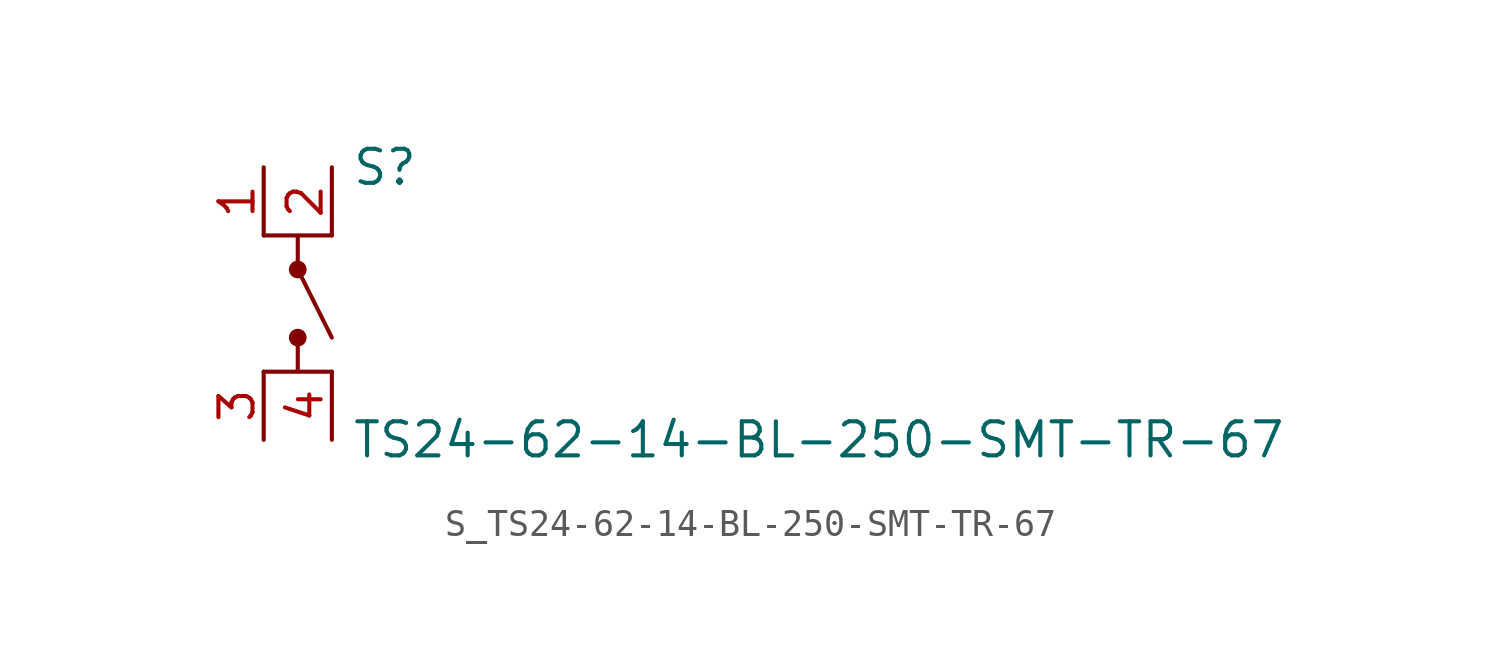
<source format=kicad_sym>
(kicad_symbol_lib
  (version 20231120)
  (generator kicad_symbol_editor)
  (generator_version 8.0)
  (symbol "S_TS24-62-14-BL-250-SMT-TR-67"
    (pin_names
      (offset 0.254))
    (property "Reference" "S"
      (at 2 5.08 0)
      (effects (font (size 1.27 1.27)) (justify left)))
    (property "Value" "TS24-62-14-BL-250-SMT-TR-67"
      (at 2 -5.08 0)
      (effects (font (size 1.27 1.27)) (justify left)))
    (symbol "S_TS24-62-14-BL-250-SMT-TR-67_0_0"
      (pin passive line (at -1.27 5.08 270) (length 2.54) (name "" (effects (font (size 1.27 1.27)))) (number "1" (effects (font (size 1.27 1.27)))))
      (pin passive line (at 1.27 5.08 270) (length 2.54) (name "" (effects (font (size 1.27 1.27)))) (number "2" (effects (font (size 1.27 1.27)))))
      (pin passive line (at -1.27 -5.08 90) (length 2.54) (name "" (effects (font (size 1.27 1.27)))) (number "3" (effects (font (size 1.27 1.27)))))
      (pin passive line (at 1.27 -5.08 90) (length 2.54) (name "" (effects (font (size 1.27 1.27)))) (number "4" (effects (font (size 1.27 1.27)))))
      (circle (center 0 1.27) (radius 0.254) (stroke (width 0) (type solid)) (fill (type outline)))
      (circle (center 0 -1.27) (radius 0.254) (stroke (width 0) (type solid)) (fill (type outline)))
      (polyline (pts (xy 1.27 2.54) (xy -1.27 2.54) (xy 0 2.54) (xy 0 1.27) (xy 1.27 -1.27)) (stroke (width 0) (type default)) (fill (type none)))
      (polyline (pts (xy 1.27 -2.54) (xy -1.27 -2.54) (xy 0 -2.54) (xy 0 -1.27)) (stroke (width 0) (type default)) (fill (type none))))
    (symbol "S_TS24-62-14-BL-250-SMT-TR-67_1_0")))
</source>
